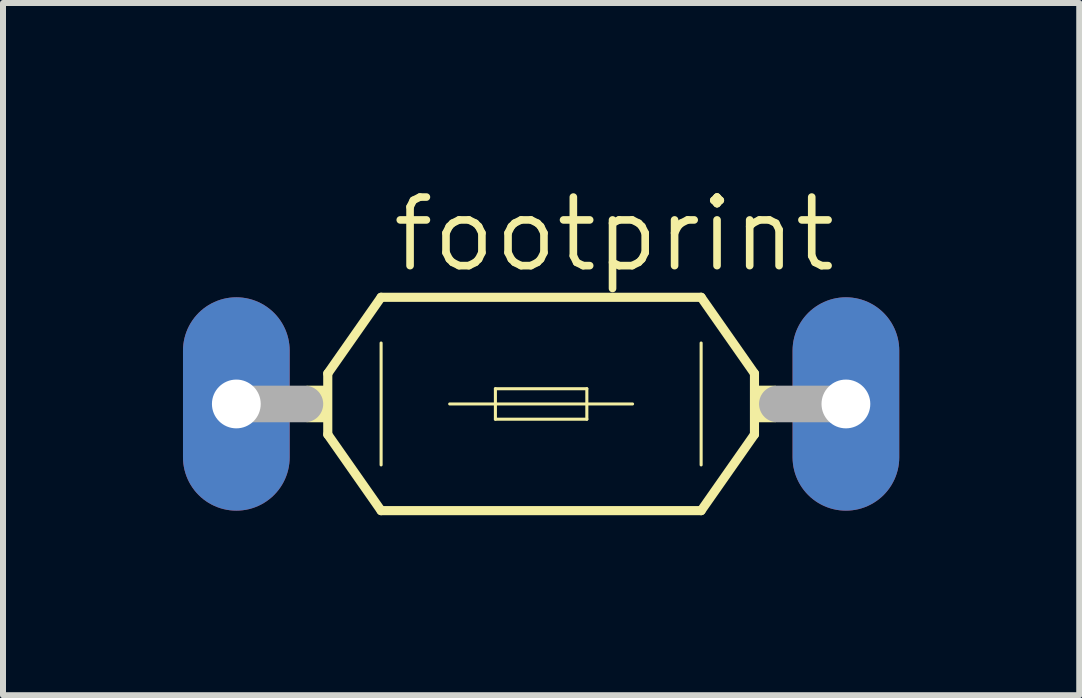
<source format=kicad_pcb>
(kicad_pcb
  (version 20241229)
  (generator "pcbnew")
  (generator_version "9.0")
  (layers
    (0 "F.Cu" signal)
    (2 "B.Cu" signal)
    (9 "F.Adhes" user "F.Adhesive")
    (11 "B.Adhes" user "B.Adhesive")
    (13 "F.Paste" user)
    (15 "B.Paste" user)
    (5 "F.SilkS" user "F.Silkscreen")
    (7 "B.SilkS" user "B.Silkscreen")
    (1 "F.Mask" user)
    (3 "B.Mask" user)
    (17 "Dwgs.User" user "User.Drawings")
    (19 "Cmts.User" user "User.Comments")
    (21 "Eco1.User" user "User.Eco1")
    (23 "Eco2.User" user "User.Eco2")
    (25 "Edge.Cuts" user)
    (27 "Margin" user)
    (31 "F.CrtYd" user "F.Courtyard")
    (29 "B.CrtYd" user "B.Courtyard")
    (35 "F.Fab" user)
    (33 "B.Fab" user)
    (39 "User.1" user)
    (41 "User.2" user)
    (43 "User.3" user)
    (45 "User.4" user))
  (footprint "footprint"
    (layer "F.Cu")
    (at 5.969 3.683)
    (property "Reference" "footprint" (at -2.54 -2.159 0) (layer "F.SilkS") (effects (font (size 1.143 1.143) (thickness 0.127)) (justify left bottom)))
    (fp_line (start -3.556 -0.508) (end -3.556 0.508) (stroke (width 0.152) (type solid)) (layer "F.SilkS"))
    (fp_line (start -3.556 0.508) (end -2.667 1.778) (stroke (width 0.152) (type solid)) (layer "F.SilkS"))
    (fp_line (start -2.667 -1.778) (end -3.556 -0.508) (stroke (width 0.152) (type solid)) (layer "F.SilkS"))
    (fp_line (start -2.667 -1.016) (end -2.667 1.016) (stroke (width 0.051) (type solid)) (layer "F.SilkS"))
    (fp_line (start -1.524 0) (end 1.524 0) (stroke (width 0.051) (type solid)) (layer "F.SilkS"))
    (fp_line (start -0.762 -0.254) (end -0.762 0.254) (stroke (width 0.051) (type solid)) (layer "F.SilkS"))
    (fp_line (start -0.762 -0.254) (end 0.762 -0.254) (stroke (width 0.051) (type solid)) (layer "F.SilkS"))
    (fp_line (start -0.762 0.254) (end 0.762 0.254) (stroke (width 0.051) (type solid)) (layer "F.SilkS"))
    (fp_line (start 0.762 -0.254) (end 0.762 0.254) (stroke (width 0.051) (type solid)) (layer "F.SilkS"))
    (fp_line (start 2.667 -1.778) (end -2.667 -1.778) (stroke (width 0.152) (type solid)) (layer "F.SilkS"))
    (fp_line (start 2.667 -1.778) (end 3.556 -0.508) (stroke (width 0.152) (type solid)) (layer "F.SilkS"))
    (fp_line (start 2.667 -1.016) (end 2.667 1.016) (stroke (width 0.051) (type solid)) (layer "F.SilkS"))
    (fp_line (start 2.667 1.778) (end -2.667 1.778) (stroke (width 0.152) (type solid)) (layer "F.SilkS"))
    (fp_line (start 2.667 1.778) (end 3.556 0.508) (stroke (width 0.152) (type solid)) (layer "F.SilkS"))
    (fp_line (start 3.556 -0.508) (end 3.556 0.508) (stroke (width 0.152) (type solid)) (layer "F.SilkS"))
    (fp_poly (pts (xy -3.912 0.305) (xy -3.556 0.305) (xy -3.556 -0.305) (xy -3.912 -0.305)) (stroke (width 0) (type solid)) (fill yes) (layer "F.SilkS"))
    (fp_poly (pts (xy 3.556 0.305) (xy 3.912 0.305) (xy 3.912 -0.305) (xy 3.556 -0.305)) (stroke (width 0) (type solid)) (fill yes) (layer "F.SilkS"))
    (fp_line (start -5.08 0) (end -3.937 0) (stroke (width 0.61) (type solid)) (layer "F.Fab"))
    (fp_line (start 5.08 0) (end 3.937 0) (stroke (width 0.61) (type solid)) (layer "F.Fab"))
    (pad "1" thru_hole oval (at -5.08 0 90) (size 3.556 1.778) (drill 0.813) (layers "*.Cu" "*.Mask"))
    (pad "2" thru_hole oval (at 5.08 0 90) (size 3.556 1.778) (drill 0.813) (layers "*.Cu" "*.Mask")))
  (gr_rect
    (start -3 -3)
    (end 14.938 8.537)
    (stroke (width 0.1) (type default))
    (fill no)
    (layer "Edge.Cuts")))
</source>
